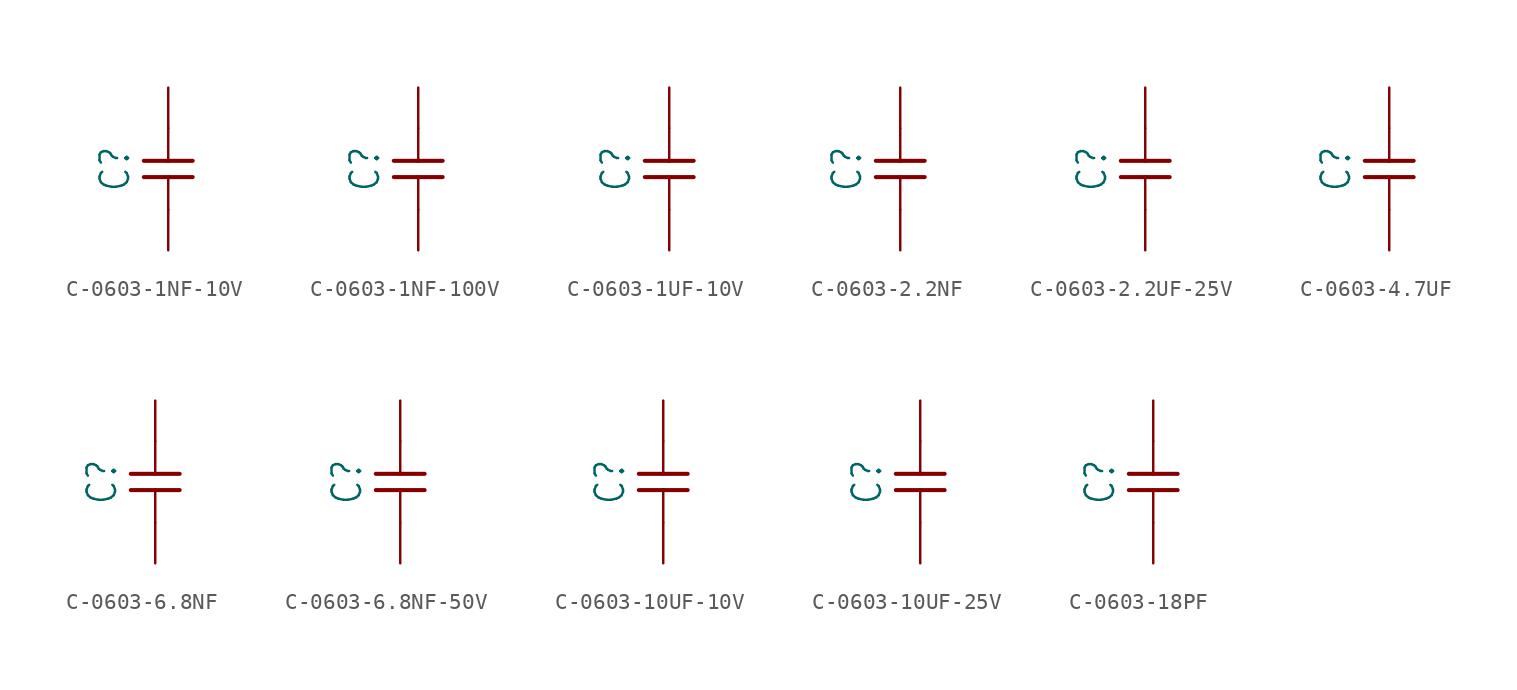
<source format=kicad_sym>
(kicad_symbol_lib
  (version 20231120)
  (generator "kicad_symbol_editor")
  (generator_version "8.0")
  (symbol "C-0603-1NF-10V"
    (property "Reference" "C"
      (at -2.286 0 90)
      (effects (font (size 1.778 1.511)) (justify bottom)))
    (property "Value" ""
      (at 2.286 0 90)
      (effects (font (size 1.778 1.511)) (justify top)))
    (property "ki_locked" ""
      (at 0 0 0)
      (effects (font (size 1.27 1.27))))
    (symbol "C-0603-1NF-10V_1_0"
      (polyline (pts (xy -1.524 0.508) (xy 0 0.508)) (stroke (width 0.254) (type solid)) (fill (type none)))
      (polyline (pts (xy 0 -2.54) (xy 0 -0.508)) (stroke (width 0.152) (type solid)) (fill (type none)))
      (polyline (pts (xy 0 -0.508) (xy -1.524 -0.508)) (stroke (width 0.254) (type solid)) (fill (type none)))
      (polyline (pts (xy 0 0.508) (xy 0 2.54)) (stroke (width 0.152) (type solid)) (fill (type none)))
      (polyline (pts (xy 0 0.508) (xy 1.524 0.508)) (stroke (width 0.254) (type solid)) (fill (type none)))
      (polyline (pts (xy 1.524 -0.508) (xy 0 -0.508)) (stroke (width 0.254) (type solid)) (fill (type none)))
      (pin passive line (at 0 5.08 270) (length 2.54) (name "1" (effects (font (size 0 0)))) (number "1" (effects (font (size 0 0)))))
      (pin passive line (at 0 -5.08 90) (length 2.54) (name "2" (effects (font (size 0 0)))) (number "2" (effects (font (size 0 0)))))))
  (symbol "C-0603-1NF-100V"
    (property "Reference" "C"
      (at -2.286 0 90)
      (effects (font (size 1.778 1.511)) (justify bottom)))
    (property "Value" ""
      (at 2.286 0 90)
      (effects (font (size 1.778 1.511)) (justify top)))
    (property "ki_locked" ""
      (at 0 0 0)
      (effects (font (size 1.27 1.27))))
    (symbol "C-0603-1NF-100V_1_0"
      (polyline (pts (xy -1.524 0.508) (xy 0 0.508)) (stroke (width 0.254) (type solid)) (fill (type none)))
      (polyline (pts (xy 0 -2.54) (xy 0 -0.508)) (stroke (width 0.152) (type solid)) (fill (type none)))
      (polyline (pts (xy 0 -0.508) (xy -1.524 -0.508)) (stroke (width 0.254) (type solid)) (fill (type none)))
      (polyline (pts (xy 0 0.508) (xy 0 2.54)) (stroke (width 0.152) (type solid)) (fill (type none)))
      (polyline (pts (xy 0 0.508) (xy 1.524 0.508)) (stroke (width 0.254) (type solid)) (fill (type none)))
      (polyline (pts (xy 1.524 -0.508) (xy 0 -0.508)) (stroke (width 0.254) (type solid)) (fill (type none)))
      (pin passive line (at 0 5.08 270) (length 2.54) (name "1" (effects (font (size 0 0)))) (number "1" (effects (font (size 0 0)))))
      (pin passive line (at 0 -5.08 90) (length 2.54) (name "2" (effects (font (size 0 0)))) (number "2" (effects (font (size 0 0)))))))
  (symbol "C-0603-1UF-10V"
    (property "Reference" "C"
      (at -2.286 0 90)
      (effects (font (size 1.778 1.511)) (justify bottom)))
    (property "Value" ""
      (at 2.286 0 90)
      (effects (font (size 1.778 1.511)) (justify top)))
    (property "ki_locked" ""
      (at 0 0 0)
      (effects (font (size 1.27 1.27))))
    (symbol "C-0603-1UF-10V_1_0"
      (polyline (pts (xy -1.524 0.508) (xy 0 0.508)) (stroke (width 0.254) (type solid)) (fill (type none)))
      (polyline (pts (xy 0 -2.54) (xy 0 -0.508)) (stroke (width 0.152) (type solid)) (fill (type none)))
      (polyline (pts (xy 0 -0.508) (xy -1.524 -0.508)) (stroke (width 0.254) (type solid)) (fill (type none)))
      (polyline (pts (xy 0 0.508) (xy 0 2.54)) (stroke (width 0.152) (type solid)) (fill (type none)))
      (polyline (pts (xy 0 0.508) (xy 1.524 0.508)) (stroke (width 0.254) (type solid)) (fill (type none)))
      (polyline (pts (xy 1.524 -0.508) (xy 0 -0.508)) (stroke (width 0.254) (type solid)) (fill (type none)))
      (pin passive line (at 0 5.08 270) (length 2.54) (name "1" (effects (font (size 0 0)))) (number "1" (effects (font (size 0 0)))))
      (pin passive line (at 0 -5.08 90) (length 2.54) (name "2" (effects (font (size 0 0)))) (number "2" (effects (font (size 0 0)))))))
  (symbol "C-0603-2.2NF"
    (property "Reference" "C"
      (at -2.286 0 90)
      (effects (font (size 1.778 1.511)) (justify bottom)))
    (property "Value" ""
      (at 2.286 0 90)
      (effects (font (size 1.778 1.511)) (justify top)))
    (property "ki_locked" ""
      (at 0 0 0)
      (effects (font (size 1.27 1.27))))
    (symbol "C-0603-2.2NF_1_0"
      (polyline (pts (xy -1.524 0.508) (xy 0 0.508)) (stroke (width 0.254) (type solid)) (fill (type none)))
      (polyline (pts (xy 0 -2.54) (xy 0 -0.508)) (stroke (width 0.152) (type solid)) (fill (type none)))
      (polyline (pts (xy 0 -0.508) (xy -1.524 -0.508)) (stroke (width 0.254) (type solid)) (fill (type none)))
      (polyline (pts (xy 0 0.508) (xy 0 2.54)) (stroke (width 0.152) (type solid)) (fill (type none)))
      (polyline (pts (xy 0 0.508) (xy 1.524 0.508)) (stroke (width 0.254) (type solid)) (fill (type none)))
      (polyline (pts (xy 1.524 -0.508) (xy 0 -0.508)) (stroke (width 0.254) (type solid)) (fill (type none)))
      (pin passive line (at 0 5.08 270) (length 2.54) (name "1" (effects (font (size 0 0)))) (number "1" (effects (font (size 0 0)))))
      (pin passive line (at 0 -5.08 90) (length 2.54) (name "2" (effects (font (size 0 0)))) (number "2" (effects (font (size 0 0)))))))
  (symbol "C-0603-2.2UF-25V"
    (property "Reference" "C"
      (at -2.286 0 90)
      (effects (font (size 1.778 1.511)) (justify bottom)))
    (property "Value" ""
      (at 2.286 0 90)
      (effects (font (size 1.778 1.511)) (justify top)))
    (property "ki_locked" ""
      (at 0 0 0)
      (effects (font (size 1.27 1.27))))
    (symbol "C-0603-2.2UF-25V_1_0"
      (polyline (pts (xy -1.524 0.508) (xy 0 0.508)) (stroke (width 0.254) (type solid)) (fill (type none)))
      (polyline (pts (xy 0 -2.54) (xy 0 -0.508)) (stroke (width 0.152) (type solid)) (fill (type none)))
      (polyline (pts (xy 0 -0.508) (xy -1.524 -0.508)) (stroke (width 0.254) (type solid)) (fill (type none)))
      (polyline (pts (xy 0 0.508) (xy 0 2.54)) (stroke (width 0.152) (type solid)) (fill (type none)))
      (polyline (pts (xy 0 0.508) (xy 1.524 0.508)) (stroke (width 0.254) (type solid)) (fill (type none)))
      (polyline (pts (xy 1.524 -0.508) (xy 0 -0.508)) (stroke (width 0.254) (type solid)) (fill (type none)))
      (pin passive line (at 0 5.08 270) (length 2.54) (name "1" (effects (font (size 0 0)))) (number "1" (effects (font (size 0 0)))))
      (pin passive line (at 0 -5.08 90) (length 2.54) (name "2" (effects (font (size 0 0)))) (number "2" (effects (font (size 0 0)))))))
  (symbol "C-0603-4.7UF"
    (property "Reference" "C"
      (at -2.286 0 90)
      (effects (font (size 1.778 1.511)) (justify bottom)))
    (property "Value" ""
      (at 2.286 0 90)
      (effects (font (size 1.778 1.511)) (justify top)))
    (property "ki_locked" ""
      (at 0 0 0)
      (effects (font (size 1.27 1.27))))
    (symbol "C-0603-4.7UF_1_0"
      (polyline (pts (xy -1.524 0.508) (xy 0 0.508)) (stroke (width 0.254) (type solid)) (fill (type none)))
      (polyline (pts (xy 0 -2.54) (xy 0 -0.508)) (stroke (width 0.152) (type solid)) (fill (type none)))
      (polyline (pts (xy 0 -0.508) (xy -1.524 -0.508)) (stroke (width 0.254) (type solid)) (fill (type none)))
      (polyline (pts (xy 0 0.508) (xy 0 2.54)) (stroke (width 0.152) (type solid)) (fill (type none)))
      (polyline (pts (xy 0 0.508) (xy 1.524 0.508)) (stroke (width 0.254) (type solid)) (fill (type none)))
      (polyline (pts (xy 1.524 -0.508) (xy 0 -0.508)) (stroke (width 0.254) (type solid)) (fill (type none)))
      (pin passive line (at 0 5.08 270) (length 2.54) (name "1" (effects (font (size 0 0)))) (number "1" (effects (font (size 0 0)))))
      (pin passive line (at 0 -5.08 90) (length 2.54) (name "2" (effects (font (size 0 0)))) (number "2" (effects (font (size 0 0)))))))
  (symbol "C-0603-6.8NF"
    (property "Reference" "C"
      (at -2.286 0 90)
      (effects (font (size 1.778 1.511)) (justify bottom)))
    (property "Value" ""
      (at 2.286 0 90)
      (effects (font (size 1.778 1.511)) (justify top)))
    (property "ki_locked" ""
      (at 0 0 0)
      (effects (font (size 1.27 1.27))))
    (symbol "C-0603-6.8NF_1_0"
      (polyline (pts (xy -1.524 0.508) (xy 0 0.508)) (stroke (width 0.254) (type solid)) (fill (type none)))
      (polyline (pts (xy 0 -2.54) (xy 0 -0.508)) (stroke (width 0.152) (type solid)) (fill (type none)))
      (polyline (pts (xy 0 -0.508) (xy -1.524 -0.508)) (stroke (width 0.254) (type solid)) (fill (type none)))
      (polyline (pts (xy 0 0.508) (xy 0 2.54)) (stroke (width 0.152) (type solid)) (fill (type none)))
      (polyline (pts (xy 0 0.508) (xy 1.524 0.508)) (stroke (width 0.254) (type solid)) (fill (type none)))
      (polyline (pts (xy 1.524 -0.508) (xy 0 -0.508)) (stroke (width 0.254) (type solid)) (fill (type none)))
      (pin passive line (at 0 5.08 270) (length 2.54) (name "1" (effects (font (size 0 0)))) (number "1" (effects (font (size 0 0)))))
      (pin passive line (at 0 -5.08 90) (length 2.54) (name "2" (effects (font (size 0 0)))) (number "2" (effects (font (size 0 0)))))))
  (symbol "C-0603-6.8NF-50V"
    (property "Reference" "C"
      (at -2.286 0 90)
      (effects (font (size 1.778 1.511)) (justify bottom)))
    (property "Value" ""
      (at 2.286 0 90)
      (effects (font (size 1.778 1.511)) (justify top)))
    (property "ki_locked" ""
      (at 0 0 0)
      (effects (font (size 1.27 1.27))))
    (symbol "C-0603-6.8NF-50V_1_0"
      (polyline (pts (xy -1.524 0.508) (xy 0 0.508)) (stroke (width 0.254) (type solid)) (fill (type none)))
      (polyline (pts (xy 0 -2.54) (xy 0 -0.508)) (stroke (width 0.152) (type solid)) (fill (type none)))
      (polyline (pts (xy 0 -0.508) (xy -1.524 -0.508)) (stroke (width 0.254) (type solid)) (fill (type none)))
      (polyline (pts (xy 0 0.508) (xy 0 2.54)) (stroke (width 0.152) (type solid)) (fill (type none)))
      (polyline (pts (xy 0 0.508) (xy 1.524 0.508)) (stroke (width 0.254) (type solid)) (fill (type none)))
      (polyline (pts (xy 1.524 -0.508) (xy 0 -0.508)) (stroke (width 0.254) (type solid)) (fill (type none)))
      (pin passive line (at 0 5.08 270) (length 2.54) (name "1" (effects (font (size 0 0)))) (number "1" (effects (font (size 0 0)))))
      (pin passive line (at 0 -5.08 90) (length 2.54) (name "2" (effects (font (size 0 0)))) (number "2" (effects (font (size 0 0)))))))
  (symbol "C-0603-10UF-10V"
    (property "Reference" "C"
      (at -2.286 0 90)
      (effects (font (size 1.778 1.511)) (justify bottom)))
    (property "Value" ""
      (at 2.286 0 90)
      (effects (font (size 1.778 1.511)) (justify top)))
    (property "ki_locked" ""
      (at 0 0 0)
      (effects (font (size 1.27 1.27))))
    (symbol "C-0603-10UF-10V_1_0"
      (polyline (pts (xy -1.524 0.508) (xy 0 0.508)) (stroke (width 0.254) (type solid)) (fill (type none)))
      (polyline (pts (xy 0 -2.54) (xy 0 -0.508)) (stroke (width 0.152) (type solid)) (fill (type none)))
      (polyline (pts (xy 0 -0.508) (xy -1.524 -0.508)) (stroke (width 0.254) (type solid)) (fill (type none)))
      (polyline (pts (xy 0 0.508) (xy 0 2.54)) (stroke (width 0.152) (type solid)) (fill (type none)))
      (polyline (pts (xy 0 0.508) (xy 1.524 0.508)) (stroke (width 0.254) (type solid)) (fill (type none)))
      (polyline (pts (xy 1.524 -0.508) (xy 0 -0.508)) (stroke (width 0.254) (type solid)) (fill (type none)))
      (pin passive line (at 0 5.08 270) (length 2.54) (name "1" (effects (font (size 0 0)))) (number "1" (effects (font (size 0 0)))))
      (pin passive line (at 0 -5.08 90) (length 2.54) (name "2" (effects (font (size 0 0)))) (number "2" (effects (font (size 0 0)))))))
  (symbol "C-0603-10UF-25V"
    (property "Reference" "C"
      (at -2.286 0 90)
      (effects (font (size 1.778 1.511)) (justify bottom)))
    (property "Value" ""
      (at 2.286 0 90)
      (effects (font (size 1.778 1.511)) (justify top)))
    (property "ki_locked" ""
      (at 0 0 0)
      (effects (font (size 1.27 1.27))))
    (symbol "C-0603-10UF-25V_1_0"
      (polyline (pts (xy -1.524 0.508) (xy 0 0.508)) (stroke (width 0.254) (type solid)) (fill (type none)))
      (polyline (pts (xy 0 -2.54) (xy 0 -0.508)) (stroke (width 0.152) (type solid)) (fill (type none)))
      (polyline (pts (xy 0 -0.508) (xy -1.524 -0.508)) (stroke (width 0.254) (type solid)) (fill (type none)))
      (polyline (pts (xy 0 0.508) (xy 0 2.54)) (stroke (width 0.152) (type solid)) (fill (type none)))
      (polyline (pts (xy 0 0.508) (xy 1.524 0.508)) (stroke (width 0.254) (type solid)) (fill (type none)))
      (polyline (pts (xy 1.524 -0.508) (xy 0 -0.508)) (stroke (width 0.254) (type solid)) (fill (type none)))
      (pin passive line (at 0 5.08 270) (length 2.54) (name "1" (effects (font (size 0 0)))) (number "1" (effects (font (size 0 0)))))
      (pin passive line (at 0 -5.08 90) (length 2.54) (name "2" (effects (font (size 0 0)))) (number "2" (effects (font (size 0 0)))))))
  (symbol "C-0603-18PF"
    (property "Reference" "C"
      (at -2.286 0 90)
      (effects (font (size 1.778 1.511)) (justify bottom)))
    (property "Value" ""
      (at 2.286 0 90)
      (effects (font (size 1.778 1.511)) (justify top)))
    (property "ki_locked" ""
      (at 0 0 0)
      (effects (font (size 1.27 1.27))))
    (symbol "C-0603-18PF_1_0"
      (polyline (pts (xy -1.524 0.508) (xy 0 0.508)) (stroke (width 0.254) (type solid)) (fill (type none)))
      (polyline (pts (xy 0 -2.54) (xy 0 -0.508)) (stroke (width 0.152) (type solid)) (fill (type none)))
      (polyline (pts (xy 0 -0.508) (xy -1.524 -0.508)) (stroke (width 0.254) (type solid)) (fill (type none)))
      (polyline (pts (xy 0 0.508) (xy 0 2.54)) (stroke (width 0.152) (type solid)) (fill (type none)))
      (polyline (pts (xy 0 0.508) (xy 1.524 0.508)) (stroke (width 0.254) (type solid)) (fill (type none)))
      (polyline (pts (xy 1.524 -0.508) (xy 0 -0.508)) (stroke (width 0.254) (type solid)) (fill (type none)))
      (pin passive line (at 0 5.08 270) (length 2.54) (name "1" (effects (font (size 0 0)))) (number "1" (effects (font (size 0 0)))))
      (pin passive line (at 0 -5.08 90) (length 2.54) (name "2" (effects (font (size 0 0)))) (number "2" (effects (font (size 0 0))))))))
</source>
